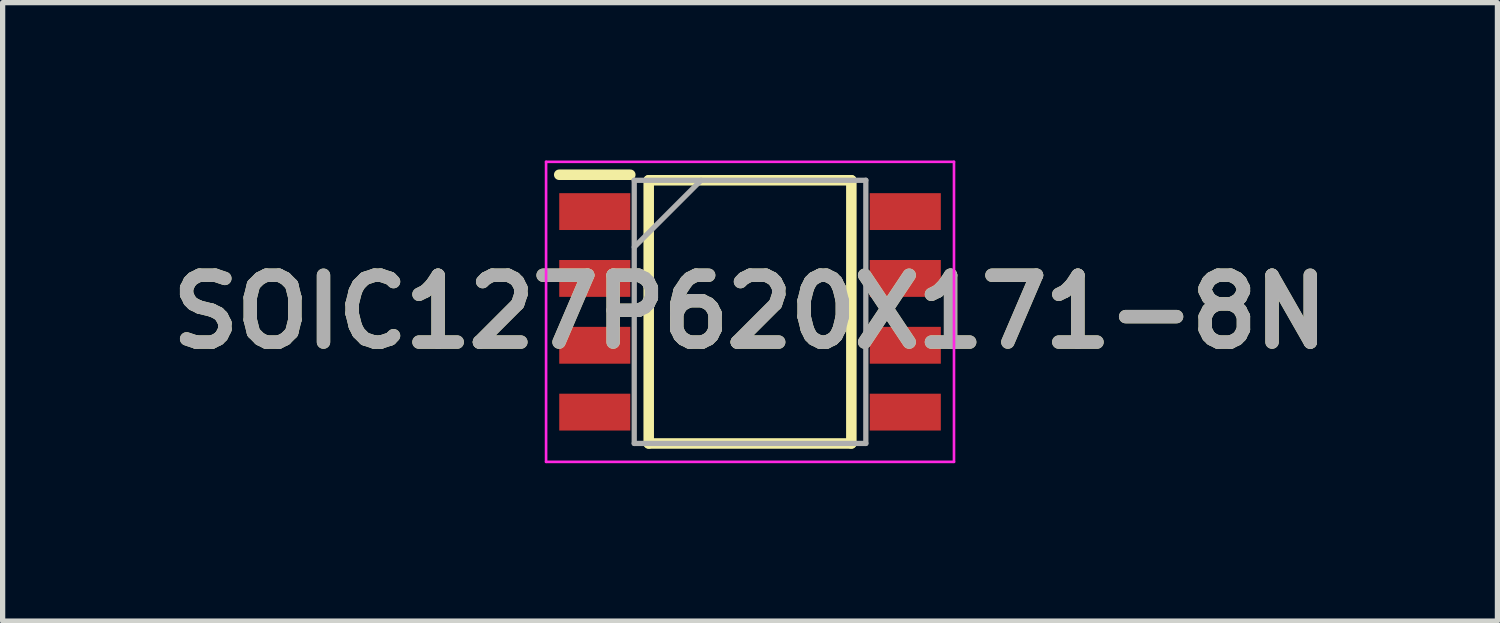
<source format=kicad_pcb>
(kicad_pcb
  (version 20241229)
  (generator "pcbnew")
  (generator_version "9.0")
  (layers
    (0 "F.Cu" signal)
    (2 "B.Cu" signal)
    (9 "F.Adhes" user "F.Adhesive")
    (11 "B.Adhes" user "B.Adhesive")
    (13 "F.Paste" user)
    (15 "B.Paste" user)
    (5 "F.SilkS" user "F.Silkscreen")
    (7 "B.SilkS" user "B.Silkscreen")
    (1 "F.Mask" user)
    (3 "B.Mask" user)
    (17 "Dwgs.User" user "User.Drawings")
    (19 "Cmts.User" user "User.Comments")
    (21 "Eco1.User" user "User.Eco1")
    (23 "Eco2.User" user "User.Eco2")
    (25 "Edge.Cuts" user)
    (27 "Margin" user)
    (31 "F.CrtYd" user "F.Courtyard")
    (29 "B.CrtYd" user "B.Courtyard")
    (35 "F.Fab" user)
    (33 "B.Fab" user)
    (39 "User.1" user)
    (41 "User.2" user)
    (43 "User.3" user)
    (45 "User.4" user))
  (footprint "SOIC127P620X171-8N"
    (layer "F.Cu")
    (at 11.2 2.875)
    (property "Reference" "SOIC127P620X171-8N" (at 0 0 0) (layer "F.SilkS") (effects (font (size 1.27 1.27) (thickness 0.254))))
    (attr smd)
    (fp_line (start -3.625 -2.605) (end -2.275 -2.605) (stroke (width 0.2) (type solid)) (layer "F.SilkS"))
    (fp_line (start -1.925 -2.5) (end 1.925 -2.5) (stroke (width 0.2) (type solid)) (layer "F.SilkS"))
    (fp_line (start -1.925 2.5) (end -1.925 -2.5) (stroke (width 0.2) (type solid)) (layer "F.SilkS"))
    (fp_line (start 1.925 -2.5) (end 1.925 2.5) (stroke (width 0.2) (type solid)) (layer "F.SilkS"))
    (fp_line (start 1.925 2.5) (end -1.925 2.5) (stroke (width 0.2) (type solid)) (layer "F.SilkS"))
    (fp_line (start -3.875 -2.85) (end 3.875 -2.85) (stroke (width 0.05) (type solid)) (layer "F.CrtYd"))
    (fp_line (start -3.875 2.85) (end -3.875 -2.85) (stroke (width 0.05) (type solid)) (layer "F.CrtYd"))
    (fp_line (start 3.875 -2.85) (end 3.875 2.85) (stroke (width 0.05) (type solid)) (layer "F.CrtYd"))
    (fp_line (start 3.875 2.85) (end -3.875 2.85) (stroke (width 0.05) (type solid)) (layer "F.CrtYd"))
    (fp_line (start -2.2 -2.5) (end 2.2 -2.5) (stroke (width 0.1) (type solid)) (layer "F.Fab"))
    (fp_line (start -2.2 -1.23) (end -0.93 -2.5) (stroke (width 0.1) (type solid)) (layer "F.Fab"))
    (fp_line (start -2.2 2.5) (end -2.2 -2.5) (stroke (width 0.1) (type solid)) (layer "F.Fab"))
    (fp_line (start 2.2 -2.5) (end 2.2 2.5) (stroke (width 0.1) (type solid)) (layer "F.Fab"))
    (fp_line (start 2.2 2.5) (end -2.2 2.5) (stroke (width 0.1) (type solid)) (layer "F.Fab"))
    (fp_text user "${REFERENCE}" (at 0 0 0) (layer "F.Fab") (effects (font (size 1.27 1.27) (thickness 0.254))))
    (pad "1" smd rect (at -2.95 -1.905 90) (size 0.7 1.35) (layers "F.Cu" "F.Mask" "F.Paste"))
    (pad "2" smd rect (at -2.95 -0.635 90) (size 0.7 1.35) (layers "F.Cu" "F.Mask" "F.Paste"))
    (pad "3" smd rect (at -2.95 0.635 90) (size 0.7 1.35) (layers "F.Cu" "F.Mask" "F.Paste"))
    (pad "4" smd rect (at -2.95 1.905 90) (size 0.7 1.35) (layers "F.Cu" "F.Mask" "F.Paste"))
    (pad "5" smd rect (at 2.95 1.905 90) (size 0.7 1.35) (layers "F.Cu" "F.Mask" "F.Paste"))
    (pad "6" smd rect (at 2.95 0.635 90) (size 0.7 1.35) (layers "F.Cu" "F.Mask" "F.Paste"))
    (pad "7" smd rect (at 2.95 -0.635 90) (size 0.7 1.35) (layers "F.Cu" "F.Mask" "F.Paste"))
    (pad "8" smd rect (at 2.95 -1.905 90) (size 0.7 1.35) (layers "F.Cu" "F.Mask" "F.Paste")))
  (gr_rect
    (start -3 -3)
    (end 25.4 8.75)
    (stroke (width 0.1) (type default))
    (fill no)
    (layer "Edge.Cuts")))
</source>
